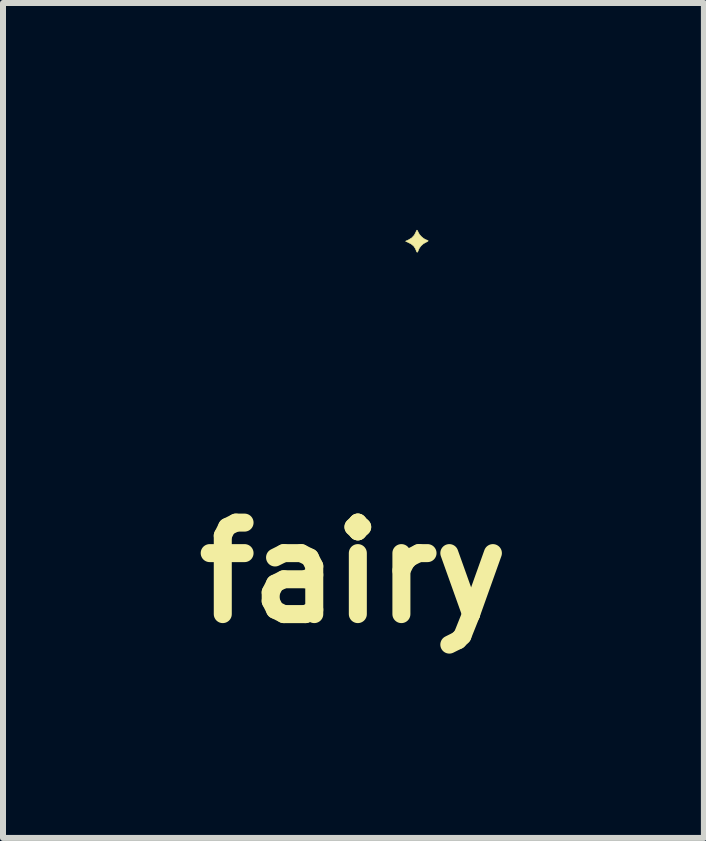
<source format=kicad_pcb>
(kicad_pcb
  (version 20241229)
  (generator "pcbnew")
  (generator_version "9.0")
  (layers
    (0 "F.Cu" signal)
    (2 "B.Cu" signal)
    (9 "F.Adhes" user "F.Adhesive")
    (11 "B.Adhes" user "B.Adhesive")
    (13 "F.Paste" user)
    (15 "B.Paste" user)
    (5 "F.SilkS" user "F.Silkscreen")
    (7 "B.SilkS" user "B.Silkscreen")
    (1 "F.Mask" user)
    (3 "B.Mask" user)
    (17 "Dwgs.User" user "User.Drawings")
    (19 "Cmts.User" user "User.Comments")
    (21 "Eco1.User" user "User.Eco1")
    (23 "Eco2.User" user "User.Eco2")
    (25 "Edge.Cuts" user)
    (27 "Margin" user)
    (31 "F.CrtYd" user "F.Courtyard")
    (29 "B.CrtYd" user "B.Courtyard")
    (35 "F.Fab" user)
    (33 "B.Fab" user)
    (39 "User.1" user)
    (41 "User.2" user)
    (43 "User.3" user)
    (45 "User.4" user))
  (footprint "fairy"
    (layer "F.Cu")
    (at 2.838 2.68)
    (property "Reference" "fairy" (at 0 3.81 0) (layer "F.SilkS") (effects (font (size 1.524 1.524) (thickness 0.3))))
    (attr through_hole)
    (fp_poly (pts (xy -2.225 -2.673) (xy -2.203 -2.659) (xy -2.176 -2.635) (xy -2.143 -2.603) (xy -2.107 -2.562) (xy -2.099 -2.551) (xy -2.019 -2.446) (xy -1.941 -2.325) (xy -1.865 -2.191) (xy -1.792 -2.046) (xy -1.724 -1.891) (xy -1.661 -1.729) (xy -1.634 -1.654) (xy -1.604 -1.563) (xy -1.576 -1.474) (xy -1.55 -1.384) (xy -1.524 -1.288) (xy -1.498 -1.184) (xy -1.471 -1.069) (xy -1.451 -0.982) (xy -1.403 -0.775) (xy -1.356 -0.583) (xy -1.309 -0.408) (xy -1.262 -0.248) (xy -1.214 -0.103) (xy -1.167 0.027) (xy -1.118 0.144) (xy -1.07 0.247) (xy -1.02 0.337) (xy -0.969 0.415) (xy -0.929 0.467) (xy -0.904 0.495) (xy -0.888 0.51) (xy -0.879 0.511) (xy -0.88 0.5) (xy -0.886 0.484) (xy -0.95 0.325) (xy -1.001 0.165) (xy -1.038 0.005) (xy -1.061 -0.152) (xy -1.071 -0.306) (xy -1.067 -0.455) (xy -1.049 -0.597) (xy -1.017 -0.733) (xy -1.008 -0.762) (xy -0.99 -0.809) (xy -0.966 -0.864) (xy -0.961 -0.873) (xy 0.011 -0.873) (xy 0.012 -0.831) (xy 0.022 -0.789) (xy 0.041 -0.743) (xy 0.071 -0.692) (xy 0.112 -0.632) (xy 0.122 -0.619) (xy 0.172 -0.548) (xy 0.211 -0.484) (xy 0.241 -0.426) (xy 0.262 -0.37) (xy 0.276 -0.313) (xy 0.284 -0.251) (xy 0.286 -0.216) (xy 0.287 -0.181) (xy 0.286 -0.146) (xy 0.284 -0.109) (xy 0.281 -0.068) (xy 0.275 -0.021) (xy 0.266 0.034) (xy 0.255 0.098) (xy 0.241 0.174) (xy 0.224 0.263) (xy 0.212 0.322) (xy 0.193 0.419) (xy 0.177 0.501) (xy 0.164 0.573) (xy 0.154 0.635) (xy 0.146 0.692) (xy 0.14 0.744) (xy 0.136 0.796) (xy 0.133 0.848) (xy 0.132 0.905) (xy 0.131 0.968) (xy 0.131 1.016) (xy 0.132 1.093) (xy 0.132 1.156) (xy 0.134 1.207) (xy 0.137 1.25) (xy 0.14 1.287) (xy 0.145 1.321) (xy 0.146 1.329) (xy 0.18 1.49) (xy 0.227 1.65) (xy 0.284 1.804) (xy 0.295 1.832) (xy 0.313 1.873) (xy 0.346 1.847) (xy 0.366 1.829) (xy 0.394 1.803) (xy 0.423 1.774) (xy 0.435 1.761) (xy 0.546 1.633) (xy 0.64 1.5) (xy 0.72 1.363) (xy 0.726 1.35) (xy 0.748 1.302) (xy 0.77 1.25) (xy 0.79 1.197) (xy 0.806 1.147) (xy 0.818 1.104) (xy 0.824 1.072) (xy 0.824 1.068) (xy 0.826 1.039) (xy 0.737 1.004) (xy 0.642 0.963) (xy 0.562 0.924) (xy 0.497 0.885) (xy 0.445 0.844) (xy 0.405 0.802) (xy 0.375 0.757) (xy 0.374 0.756) (xy 0.346 0.695) (xy 0.327 0.632) (xy 0.315 0.564) (xy 0.311 0.486) (xy 0.311 0.457) (xy 0.312 0.405) (xy 0.315 0.359) (xy 0.319 0.321) (xy 0.323 0.301) (xy 0.334 0.258) (xy 0.453 0.253) (xy 0.521 0.25) (xy 0.574 0.246) (xy 0.616 0.24) (xy 0.648 0.232) (xy 0.672 0.222) (xy 0.693 0.208) (xy 0.711 0.19) (xy 0.716 0.184) (xy 0.747 0.137) (xy 0.773 0.076) (xy 0.794 0.001) (xy 0.809 -0.084) (xy 0.817 -0.179) (xy 0.818 -0.188) (xy 0.821 -0.24) (xy 0.826 -0.28) (xy 0.833 -0.315) (xy 0.844 -0.351) (xy 0.849 -0.366) (xy 0.86 -0.401) (xy 0.866 -0.428) (xy 0.865 -0.449) (xy 0.855 -0.468) (xy 0.836 -0.489) (xy 0.805 -0.514) (xy 0.781 -0.532) (xy 0.724 -0.579) (xy 0.681 -0.623) (xy 0.649 -0.668) (xy 0.628 -0.717) (xy 0.614 -0.773) (xy 0.609 -0.805) (xy 0.59 -0.907) (xy 0.563 -0.995) (xy 0.527 -1.069) (xy 0.481 -1.13) (xy 0.427 -1.176) (xy 0.388 -1.198) (xy 0.349 -1.214) (xy 0.32 -1.219) (xy 0.297 -1.213) (xy 0.279 -1.195) (xy 0.269 -1.181) (xy 0.259 -1.165) (xy 0.247 -1.151) (xy 0.231 -1.137) (xy 0.21 -1.122) (xy 0.179 -1.103) (xy 0.136 -1.078) (xy 0.127 -1.072) (xy 0.079 -1.035) (xy 0.042 -0.986) (xy 0.019 -0.929) (xy 0.017 -0.917) (xy 0.011 -0.873) (xy -0.961 -0.873) (xy -0.937 -0.923) (xy -0.906 -0.98) (xy -0.876 -1.032) (xy -0.849 -1.074) (xy -0.845 -1.079) (xy -0.753 -1.19) (xy -0.654 -1.285) (xy -0.549 -1.365) (xy -0.436 -1.431) (xy -0.314 -1.482) (xy -0.225 -1.51) (xy -0.199 -1.516) (xy -0.174 -1.521) (xy -0.147 -1.524) (xy -0.115 -1.526) (xy -0.073 -1.527) (xy -0.02 -1.528) (xy 0.017 -1.528) (xy 0.076 -1.527) (xy 0.122 -1.527) (xy 0.159 -1.525) (xy 0.188 -1.523) (xy 0.215 -1.519) (xy 0.242 -1.513) (xy 0.274 -1.505) (xy 0.288 -1.501) (xy 0.403 -1.466) (xy 0.511 -1.422) (xy 0.611 -1.37) (xy 0.701 -1.313) (xy 0.78 -1.251) (xy 0.845 -1.184) (xy 0.897 -1.115) (xy 0.915 -1.083) (xy 0.933 -1.038) (xy 0.947 -0.982) (xy 0.953 -0.946) (xy 0.964 -0.88) (xy 0.974 -0.827) (xy 0.986 -0.783) (xy 1.002 -0.745) (xy 1.022 -0.709) (xy 1.048 -0.67) (xy 1.082 -0.626) (xy 1.089 -0.617) (xy 1.134 -0.556) (xy 1.168 -0.496) (xy 1.193 -0.434) (xy 1.21 -0.366) (xy 1.221 -0.289) (xy 1.225 -0.229) (xy 1.224 -0.12) (xy 1.211 -0.004) (xy 1.188 0.115) (xy 1.156 0.233) (xy 1.115 0.344) (xy 1.067 0.446) (xy 1.066 0.448) (xy 1.054 0.472) (xy 1.046 0.49) (xy 1.044 0.497) (xy 1.052 0.493) (xy 1.067 0.479) (xy 1.089 0.457) (xy 1.114 0.429) (xy 1.141 0.4) (xy 1.166 0.37) (xy 1.188 0.343) (xy 1.203 0.322) (xy 1.204 0.32) (xy 1.261 0.224) (xy 1.312 0.118) (xy 1.356 0.001) (xy 1.395 -0.129) (xy 1.428 -0.273) (xy 1.456 -0.432) (xy 1.46 -0.46) (xy 1.464 -0.492) (xy 1.47 -0.538) (xy 1.476 -0.594) (xy 1.483 -0.659) (xy 1.49 -0.728) (xy 1.497 -0.799) (xy 1.499 -0.824) (xy 1.513 -0.97) (xy 1.527 -1.102) (xy 1.541 -1.222) (xy 1.556 -1.333) (xy 1.559 -1.35) (xy 1.719 -1.35) (xy 1.724 -1.339) (xy 1.728 -1.338) (xy 1.74 -1.334) (xy 1.762 -1.325) (xy 1.79 -1.312) (xy 1.792 -1.311) (xy 1.85 -1.275) (xy 1.896 -1.228) (xy 1.932 -1.17) (xy 1.95 -1.124) (xy 1.957 -1.112) (xy 1.964 -1.112) (xy 1.974 -1.126) (xy 1.988 -1.154) (xy 1.994 -1.166) (xy 2.027 -1.226) (xy 2.071 -1.276) (xy 2.123 -1.314) (xy 2.159 -1.33) (xy 2.187 -1.342) (xy 2.201 -1.352) (xy 2.198 -1.361) (xy 2.18 -1.372) (xy 2.149 -1.384) (xy 2.109 -1.405) (xy 2.068 -1.436) (xy 2.03 -1.474) (xy 2 -1.515) (xy 1.985 -1.545) (xy 1.975 -1.57) (xy 1.967 -1.589) (xy 1.964 -1.595) (xy 1.957 -1.591) (xy 1.947 -1.575) (xy 1.933 -1.55) (xy 1.928 -1.54) (xy 1.909 -1.504) (xy 1.886 -1.469) (xy 1.864 -1.442) (xy 1.863 -1.441) (xy 1.838 -1.419) (xy 1.807 -1.398) (xy 1.775 -1.379) (xy 1.747 -1.367) (xy 1.729 -1.363) (xy 1.72 -1.356) (xy 1.719 -1.35) (xy 1.559 -1.35) (xy 1.572 -1.437) (xy 1.59 -1.537) (xy 1.609 -1.635) (xy 1.631 -1.734) (xy 1.655 -1.836) (xy 1.661 -1.858) (xy 1.694 -1.983) (xy 1.731 -2.105) (xy 1.771 -2.222) (xy 1.813 -2.332) (xy 1.856 -2.432) (xy 1.899 -2.52) (xy 1.942 -2.595) (xy 1.956 -2.617) (xy 1.976 -2.646) (xy 1.991 -2.665) (xy 2.003 -2.673) (xy 2.013 -2.669) (xy 2.022 -2.652) (xy 2.034 -2.621) (xy 2.048 -2.575) (xy 2.052 -2.564) (xy 2.143 -2.262) (xy 2.223 -1.973) (xy 2.293 -1.698) (xy 2.351 -1.434) (xy 2.399 -1.184) (xy 2.436 -0.946) (xy 2.461 -0.721) (xy 2.476 -0.508) (xy 2.481 -0.329) (xy 2.475 -0.142) (xy 2.459 0.032) (xy 2.433 0.192) (xy 2.396 0.34) (xy 2.348 0.475) (xy 2.289 0.597) (xy 2.219 0.706) (xy 2.139 0.803) (xy 2.047 0.887) (xy 1.945 0.958) (xy 1.861 1.003) (xy 1.803 1.028) (xy 1.737 1.051) (xy 1.668 1.072) (xy 1.599 1.09) (xy 1.534 1.102) (xy 1.48 1.109) (xy 1.462 1.109) (xy 1.449 1.11) (xy 1.446 1.113) (xy 1.455 1.12) (xy 1.477 1.132) (xy 1.486 1.137) (xy 1.574 1.192) (xy 1.648 1.255) (xy 1.708 1.325) (xy 1.754 1.405) (xy 1.781 1.473) (xy 1.808 1.577) (xy 1.817 1.678) (xy 1.811 1.776) (xy 1.788 1.87) (xy 1.749 1.959) (xy 1.695 2.043) (xy 1.646 2.099) (xy 1.616 2.129) (xy 1.595 2.149) (xy 1.581 2.161) (xy 1.569 2.165) (xy 1.558 2.165) (xy 1.553 2.164) (xy 1.527 2.151) (xy 1.494 2.123) (xy 1.456 2.082) (xy 1.411 2.027) (xy 1.362 1.96) (xy 1.308 1.882) (xy 1.27 1.27) (xy 1.189 1.692) (xy 1.125 1.583) (xy 1.123 1.579) (xy 1.106 1.55) (xy 1.093 1.529) (xy 1.085 1.518) (xy 1.084 1.517) (xy 1.085 1.527) (xy 1.088 1.551) (xy 1.092 1.586) (xy 1.097 1.628) (xy 1.101 1.657) (xy 1.118 1.773) (xy 1.136 1.878) (xy 1.158 1.975) (xy 1.185 2.07) (xy 1.207 2.141) (xy 1.222 2.186) (xy 1.234 2.227) (xy 1.243 2.259) (xy 1.248 2.281) (xy 1.248 2.288) (xy 1.236 2.292) (xy 1.208 2.294) (xy 1.164 2.293) (xy 1.135 2.292) (xy 1.021 2.28) (xy 0.899 2.252) (xy 0.769 2.21) (xy 0.632 2.152) (xy 0.487 2.08) (xy 0.425 2.046) (xy 0.4 2.032) (xy 0.381 2.024) (xy 0.373 2.022) (xy 0.373 2.023) (xy 0.377 2.035) (xy 0.392 2.06) (xy 0.416 2.099) (xy 0.449 2.152) (xy 0.492 2.218) (xy 0.543 2.297) (xy 0.601 2.383) (xy 0.652 2.461) (xy 0.694 2.526) (xy 0.728 2.579) (xy 0.753 2.62) (xy 0.77 2.65) (xy 0.78 2.67) (xy 0.782 2.681) (xy 0.78 2.684) (xy 0.769 2.68) (xy 0.747 2.67) (xy 0.718 2.657) (xy 0.709 2.651) (xy 0.639 2.61) (xy 0.563 2.555) (xy 0.484 2.489) (xy 0.404 2.413) (xy 0.325 2.33) (xy 0.248 2.243) (xy 0.177 2.151) (xy 0.15 2.115) (xy 0.098 2.041) (xy 0.042 2.095) (xy -0.032 2.156) (xy -0.119 2.215) (xy -0.217 2.27) (xy -0.323 2.319) (xy -0.434 2.362) (xy -0.547 2.397) (xy -0.632 2.417) (xy -0.677 2.425) (xy -0.708 2.428) (xy -0.729 2.425) (xy -0.743 2.417) (xy -0.751 2.404) (xy -0.756 2.389) (xy -0.763 2.36) (xy -0.771 2.321) (xy -0.78 2.273) (xy -0.79 2.221) (xy -0.792 2.21) (xy -0.802 2.15) (xy -0.814 2.088) (xy -0.826 2.029) (xy -0.838 1.977) (xy -0.846 1.94) (xy -0.859 1.893) (xy -0.874 1.841) (xy -0.891 1.787) (xy -0.908 1.735) (xy -0.924 1.688) (xy -0.939 1.65) (xy -0.95 1.623) (xy -0.953 1.618) (xy -0.966 1.596) (xy -0.961 1.621) (xy -0.944 1.75) (xy -0.94 1.877) (xy -0.948 2) (xy -0.968 2.116) (xy -1 2.224) (xy -1.04 2.315) (xy -1.062 2.353) (xy -1.087 2.388) (xy -1.112 2.418) (xy -1.135 2.438) (xy -1.153 2.447) (xy -1.155 2.447) (xy -1.18 2.444) (xy -1.216 2.435) (xy -1.259 2.423) (xy -1.304 2.408) (xy -1.347 2.392) (xy -1.379 2.379) (xy -1.474 2.326) (xy -1.559 2.262) (xy -1.63 2.188) (xy -1.688 2.105) (xy -1.704 2.076) (xy -1.73 2.024) (xy -1.749 1.979) (xy -1.761 1.937) (xy -1.769 1.894) (xy -1.772 1.843) (xy -1.774 1.781) (xy -1.774 1.778) (xy -1.773 1.729) (xy -1.772 1.692) (xy -1.77 1.664) (xy -1.766 1.639) (xy -1.759 1.615) (xy -1.749 1.586) (xy -1.747 1.582) (xy -1.716 1.51) (xy -1.673 1.438) (xy -1.624 1.37) (xy -1.573 1.316) (xy -1.537 1.285) (xy -1.495 1.254) (xy -1.453 1.224) (xy -1.412 1.199) (xy -1.378 1.181) (xy -1.365 1.176) (xy -1.347 1.169) (xy -1.338 1.162) (xy -1.338 1.161) (xy -1.345 1.157) (xy -1.366 1.151) (xy -1.396 1.143) (xy -1.41 1.14) (xy -1.451 1.131) (xy -1.5 1.118) (xy -1.549 1.104) (xy -1.571 1.096) (xy -1.709 1.043) (xy -1.758 1.018) (xy -0.713 1.018) (xy -0.709 1.095) (xy -0.7 1.172) (xy -0.681 1.243) (xy -0.648 1.314) (xy -0.633 1.342) (xy -0.604 1.384) (xy -0.563 1.433) (xy -0.515 1.485) (xy -0.461 1.536) (xy -0.404 1.586) (xy -0.348 1.629) (xy -0.322 1.648) (xy -0.28 1.675) (xy -0.234 1.704) (xy -0.185 1.733) (xy -0.137 1.76) (xy -0.093 1.784) (xy -0.056 1.804) (xy -0.028 1.816) (xy -0.019 1.82) (xy -0.021 1.813) (xy -0.03 1.795) (xy -0.042 1.77) (xy -0.043 1.769) (xy -0.069 1.713) (xy -0.095 1.649) (xy -0.12 1.583) (xy -0.14 1.521) (xy -0.152 1.479) (xy -0.165 1.423) (xy -0.175 1.372) (xy -0.182 1.323) (xy -0.186 1.271) (xy -0.189 1.212) (xy -0.19 1.143) (xy -0.19 1.105) (xy -0.19 1.051) (xy -0.189 1.003) (xy -0.187 0.959) (xy -0.183 0.917) (xy -0.178 0.874) (xy -0.171 0.828) (xy -0.161 0.776) (xy -0.148 0.718) (xy -0.132 0.65) (xy -0.113 0.57) (xy -0.09 0.475) (xy -0.089 0.474) (xy -0.073 0.407) (xy -0.057 0.34) (xy -0.042 0.278) (xy -0.029 0.222) (xy -0.019 0.176) (xy -0.013 0.144) (xy -0.012 0.14) (xy -0.003 0.077) (xy 0.002 0.008) (xy 0.003 -0.062) (xy 0.002 -0.129) (xy -0.004 -0.188) (xy -0.012 -0.233) (xy -0.038 -0.313) (xy -0.075 -0.39) (xy -0.119 -0.461) (xy -0.169 -0.522) (xy -0.219 -0.567) (xy -0.245 -0.584) (xy -0.281 -0.603) (xy -0.322 -0.622) (xy -0.343 -0.631) (xy -0.399 -0.656) (xy -0.44 -0.681) (xy -0.463 -0.699) (xy -0.483 -0.717) (xy -0.496 -0.724) (xy -0.504 -0.719) (xy -0.509 -0.7) (xy -0.513 -0.667) (xy -0.514 -0.661) (xy -0.513 -0.597) (xy -0.5 -0.534) (xy -0.477 -0.474) (xy -0.443 -0.422) (xy -0.402 -0.378) (xy -0.355 -0.347) (xy -0.332 -0.338) (xy -0.263 -0.308) (xy -0.204 -0.266) (xy -0.157 -0.213) (xy -0.13 -0.167) (xy -0.12 -0.144) (xy -0.113 -0.123) (xy -0.109 -0.102) (xy -0.107 -0.075) (xy -0.106 -0.038) (xy -0.106 -0.008) (xy -0.111 0.1) (xy -0.125 0.21) (xy -0.146 0.319) (xy -0.175 0.426) (xy -0.209 0.528) (xy -0.25 0.623) (xy -0.295 0.708) (xy -0.343 0.783) (xy -0.395 0.844) (xy -0.427 0.873) (xy -0.471 0.905) (xy -0.525 0.937) (xy -0.583 0.968) (xy -0.639 0.993) (xy -0.668 1.003) (xy -0.713 1.018) (xy -1.758 1.018) (xy -1.836 0.978) (xy -1.951 0.9) (xy -2.054 0.809) (xy -2.147 0.706) (xy -2.227 0.591) (xy -2.297 0.463) (xy -2.355 0.323) (xy -2.401 0.17) (xy -2.425 0.066) (xy -2.439 -0.004) (xy -2.45 -0.069) (xy -2.459 -0.131) (xy -2.465 -0.194) (xy -2.47 -0.261) (xy -2.473 -0.335) (xy -2.475 -0.418) (xy -2.476 -0.515) (xy -2.476 -0.546) (xy -2.476 -0.624) (xy -2.475 -0.697) (xy -2.473 -0.768) (xy -2.471 -0.837) (xy -2.467 -0.906) (xy -2.463 -0.976) (xy -2.457 -1.05) (xy -2.449 -1.127) (xy -2.44 -1.211) (xy -2.429 -1.302) (xy -2.416 -1.401) (xy -2.401 -1.511) (xy -2.384 -1.632) (xy -2.365 -1.767) (xy -2.343 -1.916) (xy -2.332 -1.985) (xy -2.319 -2.076) (xy -2.306 -2.165) (xy -2.294 -2.253) (xy -2.282 -2.338) (xy -2.272 -2.416) (xy -2.263 -2.488) (xy -2.255 -2.55) (xy -2.249 -2.601) (xy -2.245 -2.639) (xy -2.244 -2.662) (xy -2.244 -2.665) (xy -2.239 -2.675) (xy -2.225 -2.673)) (stroke (width 0.01) (type solid)) (fill yes) (layer "B.Mask"))
    (fp_poly (pts (xy 1.065 -1.889) (xy 1.074 -1.871) (xy 1.079 -1.859) (xy 1.098 -1.825) (xy 1.128 -1.791) (xy 1.163 -1.761) (xy 1.199 -1.739) (xy 1.212 -1.734) (xy 1.232 -1.727) (xy 1.244 -1.719) (xy 1.245 -1.718) (xy 1.237 -1.711) (xy 1.219 -1.7) (xy 1.202 -1.692) (xy 1.163 -1.669) (xy 1.127 -1.637) (xy 1.098 -1.599) (xy 1.083 -1.568) (xy 1.072 -1.539) (xy 1.063 -1.528) (xy 1.055 -1.533) (xy 1.053 -1.537) (xy 1.03 -1.592) (xy 1.002 -1.633) (xy 0.963 -1.665) (xy 0.914 -1.691) (xy 0.868 -1.712) (xy 0.919 -1.735) (xy 0.972 -1.768) (xy 1.013 -1.812) (xy 1.038 -1.86) (xy 1.048 -1.882) (xy 1.056 -1.895) (xy 1.058 -1.897) (xy 1.065 -1.889)) (stroke (width 0.01) (type solid)) (fill yes) (layer "F.SilkS")))
  (gr_rect
    (start -3 -3)
    (end 8.675 10.908)
    (stroke (width 0.1) (type default))
    (fill no)
    (layer "Edge.Cuts")))
</source>
